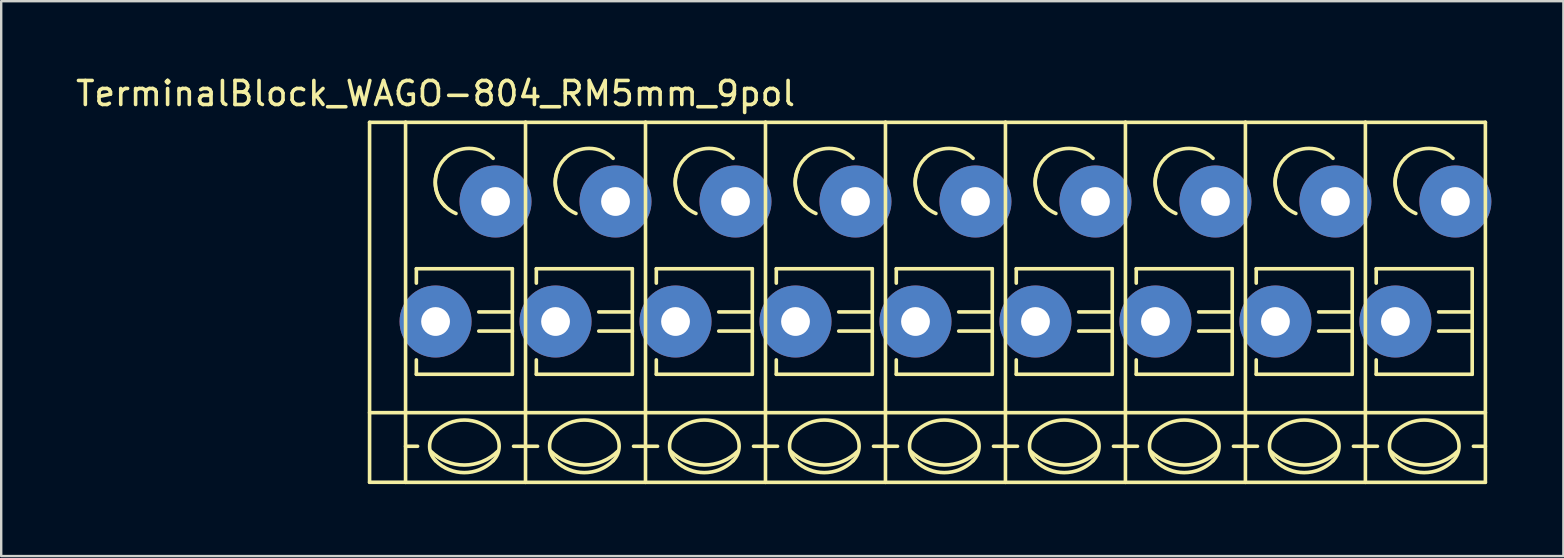
<source format=kicad_pcb>
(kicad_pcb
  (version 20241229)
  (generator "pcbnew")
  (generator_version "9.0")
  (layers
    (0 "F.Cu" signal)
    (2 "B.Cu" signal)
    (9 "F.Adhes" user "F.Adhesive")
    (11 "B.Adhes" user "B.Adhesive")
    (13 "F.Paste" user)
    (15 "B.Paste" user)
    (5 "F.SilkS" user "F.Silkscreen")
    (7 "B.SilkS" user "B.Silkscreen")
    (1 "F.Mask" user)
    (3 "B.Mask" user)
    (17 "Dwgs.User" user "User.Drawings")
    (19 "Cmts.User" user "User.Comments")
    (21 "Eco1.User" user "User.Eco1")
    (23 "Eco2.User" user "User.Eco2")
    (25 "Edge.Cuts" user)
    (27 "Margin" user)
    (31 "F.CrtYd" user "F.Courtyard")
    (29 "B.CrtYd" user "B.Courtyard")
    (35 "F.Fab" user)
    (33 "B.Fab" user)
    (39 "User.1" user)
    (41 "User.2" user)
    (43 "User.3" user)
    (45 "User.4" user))
  (footprint "TerminalBlock_WAGO-804_RM5mm_9pol"
    (layer "F.Cu")
    (at 15.101 10.348)
    (property "Reference" "TerminalBlock_WAGO-804_RM5mm_9pol" (at 0 -9.5 0) (layer "F.SilkS") (effects (font (size 1 1) (thickness 0.15))))
    (attr through_hole)
    (fp_line (start -2.75 -8.3) (end -1.25 -8.3) (stroke (width 0.15) (type solid)) (layer "F.SilkS"))
    (fp_line (start -2.75 6.7) (end -2.75 -8.3) (stroke (width 0.15) (type solid)) (layer "F.SilkS"))
    (fp_line (start -1.25 6.7) (end -2.75 6.7) (stroke (width 0.15) (type solid)) (layer "F.SilkS"))
    (fp_line (start -1.25 5.199) (end -0.749 5.199) (stroke (width 0.15) (type solid)) (layer "F.SilkS"))
    (fp_line (start -1.25 6.701) (end -1.25 -8.301) (stroke (width 0.15) (type solid)) (layer "F.SilkS"))
    (fp_line (start -0.8 -2.2) (end -0.8 -1.6) (stroke (width 0.15) (type solid)) (layer "F.SilkS"))
    (fp_line (start -0.8 -2.2) (end 3.2 -2.2) (stroke (width 0.15) (type solid)) (layer "F.SilkS"))
    (fp_line (start -0.8 2.2) (end -0.8 1.6) (stroke (width 0.15) (type solid)) (layer "F.SilkS"))
    (fp_line (start 3.2 -2.2) (end 3.2 2.2) (stroke (width 0.15) (type solid)) (layer "F.SilkS"))
    (fp_line (start 3.2 -0.399) (end 1.801 -0.399) (stroke (width 0.15) (type solid)) (layer "F.SilkS"))
    (fp_line (start 3.2 0.399) (end 1.801 0.399) (stroke (width 0.15) (type solid)) (layer "F.SilkS"))
    (fp_line (start 3.2 2.2) (end -0.8 2.2) (stroke (width 0.15) (type solid)) (layer "F.SilkS"))
    (fp_line (start 3.749 -8.301) (end -1.25 -8.301) (stroke (width 0.15) (type solid)) (layer "F.SilkS"))
    (fp_line (start 3.749 -8.301) (end 3.749 6.701) (stroke (width 0.15) (type solid)) (layer "F.SilkS"))
    (fp_line (start 3.749 5.199) (end 3.251 5.199) (stroke (width 0.15) (type solid)) (layer "F.SilkS"))
    (fp_line (start 3.749 6.701) (end -1.25 6.701) (stroke (width 0.15) (type solid)) (layer "F.SilkS"))
    (fp_line (start 3.75 3.8) (end -2.75 3.8) (stroke (width 0.15) (type solid)) (layer "F.SilkS"))
    (fp_line (start 3.75 3.8) (end 8.75 3.8) (stroke (width 0.15) (type solid)) (layer "F.SilkS"))
    (fp_line (start 3.75 5.199) (end 4.251 5.199) (stroke (width 0.15) (type solid)) (layer "F.SilkS"))
    (fp_line (start 4.2 -2.2) (end 4.2 -1.6) (stroke (width 0.15) (type solid)) (layer "F.SilkS"))
    (fp_line (start 4.2 -2.2) (end 8.2 -2.2) (stroke (width 0.15) (type solid)) (layer "F.SilkS"))
    (fp_line (start 4.2 2.2) (end 4.2 1.6) (stroke (width 0.15) (type solid)) (layer "F.SilkS"))
    (fp_line (start 8.2 -2.2) (end 8.2 2.2) (stroke (width 0.15) (type solid)) (layer "F.SilkS"))
    (fp_line (start 8.2 -0.399) (end 6.801 -0.399) (stroke (width 0.15) (type solid)) (layer "F.SilkS"))
    (fp_line (start 8.2 0.399) (end 6.801 0.399) (stroke (width 0.15) (type solid)) (layer "F.SilkS"))
    (fp_line (start 8.2 2.2) (end 4.2 2.2) (stroke (width 0.15) (type solid)) (layer "F.SilkS"))
    (fp_line (start 8.749 -8.301) (end 3.75 -8.301) (stroke (width 0.15) (type solid)) (layer "F.SilkS"))
    (fp_line (start 8.749 -8.301) (end 8.749 6.701) (stroke (width 0.15) (type solid)) (layer "F.SilkS"))
    (fp_line (start 8.749 5.199) (end 8.251 5.199) (stroke (width 0.15) (type solid)) (layer "F.SilkS"))
    (fp_line (start 8.749 6.701) (end 3.75 6.701) (stroke (width 0.15) (type solid)) (layer "F.SilkS"))
    (fp_line (start 8.75 3.8) (end 13.75 3.8) (stroke (width 0.15) (type solid)) (layer "F.SilkS"))
    (fp_line (start 8.75 5.199) (end 9.251 5.199) (stroke (width 0.15) (type solid)) (layer "F.SilkS"))
    (fp_line (start 9.2 -2.2) (end 9.2 -1.6) (stroke (width 0.15) (type solid)) (layer "F.SilkS"))
    (fp_line (start 9.2 -2.2) (end 13.2 -2.2) (stroke (width 0.15) (type solid)) (layer "F.SilkS"))
    (fp_line (start 9.2 2.2) (end 9.2 1.6) (stroke (width 0.15) (type solid)) (layer "F.SilkS"))
    (fp_line (start 13.2 -2.2) (end 13.2 2.2) (stroke (width 0.15) (type solid)) (layer "F.SilkS"))
    (fp_line (start 13.2 -0.399) (end 11.801 -0.399) (stroke (width 0.15) (type solid)) (layer "F.SilkS"))
    (fp_line (start 13.2 0.399) (end 11.801 0.399) (stroke (width 0.15) (type solid)) (layer "F.SilkS"))
    (fp_line (start 13.2 2.2) (end 9.2 2.2) (stroke (width 0.15) (type solid)) (layer "F.SilkS"))
    (fp_line (start 13.749 -8.301) (end 8.75 -8.301) (stroke (width 0.15) (type solid)) (layer "F.SilkS"))
    (fp_line (start 13.749 -8.301) (end 13.749 6.701) (stroke (width 0.15) (type solid)) (layer "F.SilkS"))
    (fp_line (start 13.749 5.199) (end 13.251 5.199) (stroke (width 0.15) (type solid)) (layer "F.SilkS"))
    (fp_line (start 13.749 6.701) (end 8.75 6.701) (stroke (width 0.15) (type solid)) (layer "F.SilkS"))
    (fp_line (start 13.75 3.8) (end 18.75 3.8) (stroke (width 0.15) (type solid)) (layer "F.SilkS"))
    (fp_line (start 13.75 5.199) (end 14.251 5.199) (stroke (width 0.15) (type solid)) (layer "F.SilkS"))
    (fp_line (start 14.2 -2.2) (end 14.2 -1.6) (stroke (width 0.15) (type solid)) (layer "F.SilkS"))
    (fp_line (start 14.2 -2.2) (end 18.2 -2.2) (stroke (width 0.15) (type solid)) (layer "F.SilkS"))
    (fp_line (start 14.2 2.2) (end 14.2 1.6) (stroke (width 0.15) (type solid)) (layer "F.SilkS"))
    (fp_line (start 18.2 -2.2) (end 18.2 2.2) (stroke (width 0.15) (type solid)) (layer "F.SilkS"))
    (fp_line (start 18.2 -0.399) (end 16.801 -0.399) (stroke (width 0.15) (type solid)) (layer "F.SilkS"))
    (fp_line (start 18.2 0.399) (end 16.801 0.399) (stroke (width 0.15) (type solid)) (layer "F.SilkS"))
    (fp_line (start 18.2 2.2) (end 14.2 2.2) (stroke (width 0.15) (type solid)) (layer "F.SilkS"))
    (fp_line (start 18.749 -8.301) (end 13.75 -8.301) (stroke (width 0.15) (type solid)) (layer "F.SilkS"))
    (fp_line (start 18.749 -8.301) (end 18.749 6.701) (stroke (width 0.15) (type solid)) (layer "F.SilkS"))
    (fp_line (start 18.749 5.199) (end 18.251 5.199) (stroke (width 0.15) (type solid)) (layer "F.SilkS"))
    (fp_line (start 18.749 6.701) (end 13.75 6.701) (stroke (width 0.15) (type solid)) (layer "F.SilkS"))
    (fp_line (start 18.75 3.8) (end 23.75 3.8) (stroke (width 0.15) (type solid)) (layer "F.SilkS"))
    (fp_line (start 18.75 5.199) (end 19.251 5.199) (stroke (width 0.15) (type solid)) (layer "F.SilkS"))
    (fp_line (start 19.2 -2.2) (end 19.2 -1.6) (stroke (width 0.15) (type solid)) (layer "F.SilkS"))
    (fp_line (start 19.2 -2.2) (end 23.2 -2.2) (stroke (width 0.15) (type solid)) (layer "F.SilkS"))
    (fp_line (start 19.2 2.2) (end 19.2 1.6) (stroke (width 0.15) (type solid)) (layer "F.SilkS"))
    (fp_line (start 23.2 -2.2) (end 23.2 2.2) (stroke (width 0.15) (type solid)) (layer "F.SilkS"))
    (fp_line (start 23.2 -0.399) (end 21.801 -0.399) (stroke (width 0.15) (type solid)) (layer "F.SilkS"))
    (fp_line (start 23.2 0.399) (end 21.801 0.399) (stroke (width 0.15) (type solid)) (layer "F.SilkS"))
    (fp_line (start 23.2 2.2) (end 19.2 2.2) (stroke (width 0.15) (type solid)) (layer "F.SilkS"))
    (fp_line (start 23.749 -8.301) (end 18.75 -8.301) (stroke (width 0.15) (type solid)) (layer "F.SilkS"))
    (fp_line (start 23.749 -8.301) (end 23.749 6.701) (stroke (width 0.15) (type solid)) (layer "F.SilkS"))
    (fp_line (start 23.749 5.199) (end 23.251 5.199) (stroke (width 0.15) (type solid)) (layer "F.SilkS"))
    (fp_line (start 23.749 6.701) (end 18.75 6.701) (stroke (width 0.15) (type solid)) (layer "F.SilkS"))
    (fp_line (start 23.75 3.8) (end 28.75 3.8) (stroke (width 0.15) (type solid)) (layer "F.SilkS"))
    (fp_line (start 23.75 5.199) (end 24.251 5.199) (stroke (width 0.15) (type solid)) (layer "F.SilkS"))
    (fp_line (start 24.2 -2.2) (end 24.2 -1.6) (stroke (width 0.15) (type solid)) (layer "F.SilkS"))
    (fp_line (start 24.2 -2.2) (end 28.2 -2.2) (stroke (width 0.15) (type solid)) (layer "F.SilkS"))
    (fp_line (start 24.2 2.2) (end 24.2 1.6) (stroke (width 0.15) (type solid)) (layer "F.SilkS"))
    (fp_line (start 28.2 -2.2) (end 28.2 2.2) (stroke (width 0.15) (type solid)) (layer "F.SilkS"))
    (fp_line (start 28.2 -0.399) (end 26.801 -0.399) (stroke (width 0.15) (type solid)) (layer "F.SilkS"))
    (fp_line (start 28.2 0.399) (end 26.801 0.399) (stroke (width 0.15) (type solid)) (layer "F.SilkS"))
    (fp_line (start 28.2 2.2) (end 24.2 2.2) (stroke (width 0.15) (type solid)) (layer "F.SilkS"))
    (fp_line (start 28.749 -8.301) (end 23.75 -8.301) (stroke (width 0.15) (type solid)) (layer "F.SilkS"))
    (fp_line (start 28.749 -8.301) (end 28.749 6.701) (stroke (width 0.15) (type solid)) (layer "F.SilkS"))
    (fp_line (start 28.749 5.199) (end 28.251 5.199) (stroke (width 0.15) (type solid)) (layer "F.SilkS"))
    (fp_line (start 28.749 6.701) (end 23.75 6.701) (stroke (width 0.15) (type solid)) (layer "F.SilkS"))
    (fp_line (start 28.75 3.8) (end 33.75 3.8) (stroke (width 0.15) (type solid)) (layer "F.SilkS"))
    (fp_line (start 28.75 5.199) (end 29.251 5.199) (stroke (width 0.15) (type solid)) (layer "F.SilkS"))
    (fp_line (start 29.2 -2.2) (end 29.2 -1.6) (stroke (width 0.15) (type solid)) (layer "F.SilkS"))
    (fp_line (start 29.2 -2.2) (end 33.2 -2.2) (stroke (width 0.15) (type solid)) (layer "F.SilkS"))
    (fp_line (start 29.2 2.2) (end 29.2 1.6) (stroke (width 0.15) (type solid)) (layer "F.SilkS"))
    (fp_line (start 33.2 -2.2) (end 33.2 2.2) (stroke (width 0.15) (type solid)) (layer "F.SilkS"))
    (fp_line (start 33.2 -0.399) (end 31.801 -0.399) (stroke (width 0.15) (type solid)) (layer "F.SilkS"))
    (fp_line (start 33.2 0.399) (end 31.801 0.399) (stroke (width 0.15) (type solid)) (layer "F.SilkS"))
    (fp_line (start 33.2 2.2) (end 29.2 2.2) (stroke (width 0.15) (type solid)) (layer "F.SilkS"))
    (fp_line (start 33.749 -8.301) (end 28.75 -8.301) (stroke (width 0.15) (type solid)) (layer "F.SilkS"))
    (fp_line (start 33.749 -8.301) (end 33.749 6.701) (stroke (width 0.15) (type solid)) (layer "F.SilkS"))
    (fp_line (start 33.749 5.199) (end 33.251 5.199) (stroke (width 0.15) (type solid)) (layer "F.SilkS"))
    (fp_line (start 33.749 6.701) (end 28.75 6.701) (stroke (width 0.15) (type solid)) (layer "F.SilkS"))
    (fp_line (start 33.75 3.8) (end 38.75 3.8) (stroke (width 0.15) (type solid)) (layer "F.SilkS"))
    (fp_line (start 33.75 5.199) (end 34.251 5.199) (stroke (width 0.15) (type solid)) (layer "F.SilkS"))
    (fp_line (start 34.2 -2.2) (end 34.2 -1.6) (stroke (width 0.15) (type solid)) (layer "F.SilkS"))
    (fp_line (start 34.2 -2.2) (end 38.2 -2.2) (stroke (width 0.15) (type solid)) (layer "F.SilkS"))
    (fp_line (start 34.2 2.2) (end 34.2 1.6) (stroke (width 0.15) (type solid)) (layer "F.SilkS"))
    (fp_line (start 38.2 -2.2) (end 38.2 2.2) (stroke (width 0.15) (type solid)) (layer "F.SilkS"))
    (fp_line (start 38.2 -0.399) (end 36.801 -0.399) (stroke (width 0.15) (type solid)) (layer "F.SilkS"))
    (fp_line (start 38.2 0.399) (end 36.801 0.399) (stroke (width 0.15) (type solid)) (layer "F.SilkS"))
    (fp_line (start 38.2 2.2) (end 34.2 2.2) (stroke (width 0.15) (type solid)) (layer "F.SilkS"))
    (fp_line (start 38.749 -8.301) (end 33.75 -8.301) (stroke (width 0.15) (type solid)) (layer "F.SilkS"))
    (fp_line (start 38.749 -8.301) (end 38.749 6.701) (stroke (width 0.15) (type solid)) (layer "F.SilkS"))
    (fp_line (start 38.749 5.199) (end 38.251 5.199) (stroke (width 0.15) (type solid)) (layer "F.SilkS"))
    (fp_line (start 38.749 6.701) (end 33.75 6.701) (stroke (width 0.15) (type solid)) (layer "F.SilkS"))
    (fp_line (start 38.75 3.8) (end 43.75 3.8) (stroke (width 0.15) (type solid)) (layer "F.SilkS"))
    (fp_line (start 38.75 5.199) (end 39.251 5.199) (stroke (width 0.15) (type solid)) (layer "F.SilkS"))
    (fp_line (start 39.2 -2.2) (end 39.2 -1.6) (stroke (width 0.15) (type solid)) (layer "F.SilkS"))
    (fp_line (start 39.2 -2.2) (end 43.2 -2.2) (stroke (width 0.15) (type solid)) (layer "F.SilkS"))
    (fp_line (start 39.2 2.2) (end 39.2 1.6) (stroke (width 0.15) (type solid)) (layer "F.SilkS"))
    (fp_line (start 43.2 -2.2) (end 43.2 2.2) (stroke (width 0.15) (type solid)) (layer "F.SilkS"))
    (fp_line (start 43.2 -0.399) (end 41.801 -0.399) (stroke (width 0.15) (type solid)) (layer "F.SilkS"))
    (fp_line (start 43.2 0.399) (end 41.801 0.399) (stroke (width 0.15) (type solid)) (layer "F.SilkS"))
    (fp_line (start 43.2 2.2) (end 39.2 2.2) (stroke (width 0.15) (type solid)) (layer "F.SilkS"))
    (fp_line (start 43.749 -8.301) (end 38.75 -8.301) (stroke (width 0.15) (type solid)) (layer "F.SilkS"))
    (fp_line (start 43.749 -8.301) (end 43.749 6.701) (stroke (width 0.15) (type solid)) (layer "F.SilkS"))
    (fp_line (start 43.749 5.199) (end 43.251 5.199) (stroke (width 0.15) (type solid)) (layer "F.SilkS"))
    (fp_line (start 43.749 6.701) (end 38.75 6.701) (stroke (width 0.15) (type solid)) (layer "F.SilkS"))
    (fp_arc (start 0 4.60248) (mid 1.19888 4.105888) (end 2.39776 4.60248) (stroke (width 0.15) (type solid)) (layer "F.SilkS"))
    (fp_arc (start 0 5.79882) (mid -0.248296 5.19938) (end 0 4.59994) (stroke (width 0.15) (type solid)) (layer "F.SilkS"))
    (fp_arc (start 0.39878 -6.79958) (mid 1.39954 -7.214108) (end 2.4003 -6.79958) (stroke (width 0.15) (type solid)) (layer "F.SilkS"))
    (fp_arc (start 0.39878 -4.8006) (mid -0.013952 -5.800616) (end 0.40132 -6.79958) (stroke (width 0.15) (type solid)) (layer "F.SilkS"))
    (fp_arc (start 0.8509 -4.50088) (mid 0.093811 -5.268985) (end 0.1016 -6.34746) (stroke (width 0.15) (type solid)) (layer "F.SilkS"))
    (fp_arc (start 2.4003 5.79882) (mid 1.200676 6.297208) (end 0 5.80136) (stroke (width 0.15) (type solid)) (layer "F.SilkS"))
    (fp_arc (start 2.40284 4.59994) (mid 2.650392 5.201176) (end 2.4003 5.80136) (stroke (width 0.15) (type solid)) (layer "F.SilkS"))
    (fp_arc (start 2.60096 5.40004) (mid 1.200676 5.981545) (end -0.20066 5.40258) (stroke (width 0.15) (type solid)) (layer "F.SilkS"))
    (fp_arc (start 5 4.60248) (mid 6.19888 4.105888) (end 7.39776 4.60248) (stroke (width 0.15) (type solid)) (layer "F.SilkS"))
    (fp_arc (start 5 5.79882) (mid 4.751704 5.19938) (end 5 4.59994) (stroke (width 0.15) (type solid)) (layer "F.SilkS"))
    (fp_arc (start 5.39878 -6.79958) (mid 6.39954 -7.214108) (end 7.4003 -6.79958) (stroke (width 0.15) (type solid)) (layer "F.SilkS"))
    (fp_arc (start 5.39878 -4.8006) (mid 4.986048 -5.800616) (end 5.40132 -6.79958) (stroke (width 0.15) (type solid)) (layer "F.SilkS"))
    (fp_arc (start 5.8509 -4.50088) (mid 5.093811 -5.268985) (end 5.1016 -6.34746) (stroke (width 0.15) (type solid)) (layer "F.SilkS"))
    (fp_arc (start 7.4003 5.79882) (mid 6.200676 6.297208) (end 5 5.80136) (stroke (width 0.15) (type solid)) (layer "F.SilkS"))
    (fp_arc (start 7.40284 4.59994) (mid 7.650392 5.201176) (end 7.4003 5.80136) (stroke (width 0.15) (type solid)) (layer "F.SilkS"))
    (fp_arc (start 7.60096 5.40004) (mid 6.200676 5.981545) (end 4.79934 5.40258) (stroke (width 0.15) (type solid)) (layer "F.SilkS"))
    (fp_arc (start 10 4.60248) (mid 11.19888 4.105888) (end 12.39776 4.60248) (stroke (width 0.15) (type solid)) (layer "F.SilkS"))
    (fp_arc (start 10 5.79882) (mid 9.751704 5.19938) (end 10 4.59994) (stroke (width 0.15) (type solid)) (layer "F.SilkS"))
    (fp_arc (start 10.39878 -6.79958) (mid 11.39954 -7.214108) (end 12.4003 -6.79958) (stroke (width 0.15) (type solid)) (layer "F.SilkS"))
    (fp_arc (start 10.39878 -4.8006) (mid 9.986048 -5.800616) (end 10.40132 -6.79958) (stroke (width 0.15) (type solid)) (layer "F.SilkS"))
    (fp_arc (start 10.8509 -4.50088) (mid 10.093811 -5.268985) (end 10.1016 -6.34746) (stroke (width 0.15) (type solid)) (layer "F.SilkS"))
    (fp_arc (start 12.4003 5.79882) (mid 11.200676 6.297208) (end 10 5.80136) (stroke (width 0.15) (type solid)) (layer "F.SilkS"))
    (fp_arc (start 12.40284 4.59994) (mid 12.650392 5.201176) (end 12.4003 5.80136) (stroke (width 0.15) (type solid)) (layer "F.SilkS"))
    (fp_arc (start 12.60096 5.40004) (mid 11.200676 5.981545) (end 9.79934 5.40258) (stroke (width 0.15) (type solid)) (layer "F.SilkS"))
    (fp_arc (start 15 4.60248) (mid 16.19888 4.105888) (end 17.39776 4.60248) (stroke (width 0.15) (type solid)) (layer "F.SilkS"))
    (fp_arc (start 15 5.79882) (mid 14.751704 5.19938) (end 15 4.59994) (stroke (width 0.15) (type solid)) (layer "F.SilkS"))
    (fp_arc (start 15.39878 -6.79958) (mid 16.39954 -7.214108) (end 17.4003 -6.79958) (stroke (width 0.15) (type solid)) (layer "F.SilkS"))
    (fp_arc (start 15.39878 -4.8006) (mid 14.986048 -5.800616) (end 15.40132 -6.79958) (stroke (width 0.15) (type solid)) (layer "F.SilkS"))
    (fp_arc (start 15.8509 -4.50088) (mid 15.093811 -5.268985) (end 15.1016 -6.34746) (stroke (width 0.15) (type solid)) (layer "F.SilkS"))
    (fp_arc (start 17.4003 5.79882) (mid 16.200676 6.297208) (end 15 5.80136) (stroke (width 0.15) (type solid)) (layer "F.SilkS"))
    (fp_arc (start 17.40284 4.59994) (mid 17.650392 5.201176) (end 17.4003 5.80136) (stroke (width 0.15) (type solid)) (layer "F.SilkS"))
    (fp_arc (start 17.60096 5.40004) (mid 16.200676 5.981545) (end 14.79934 5.40258) (stroke (width 0.15) (type solid)) (layer "F.SilkS"))
    (fp_arc (start 20 4.60248) (mid 21.19888 4.105888) (end 22.39776 4.60248) (stroke (width 0.15) (type solid)) (layer "F.SilkS"))
    (fp_arc (start 20 5.79882) (mid 19.751704 5.19938) (end 20 4.59994) (stroke (width 0.15) (type solid)) (layer "F.SilkS"))
    (fp_arc (start 20.39878 -6.79958) (mid 21.39954 -7.214108) (end 22.4003 -6.79958) (stroke (width 0.15) (type solid)) (layer "F.SilkS"))
    (fp_arc (start 20.39878 -4.8006) (mid 19.986048 -5.800616) (end 20.40132 -6.79958) (stroke (width 0.15) (type solid)) (layer "F.SilkS"))
    (fp_arc (start 20.8509 -4.50088) (mid 20.093811 -5.268985) (end 20.1016 -6.34746) (stroke (width 0.15) (type solid)) (layer "F.SilkS"))
    (fp_arc (start 22.4003 5.79882) (mid 21.200676 6.297208) (end 20 5.80136) (stroke (width 0.15) (type solid)) (layer "F.SilkS"))
    (fp_arc (start 22.40284 4.59994) (mid 22.650392 5.201176) (end 22.4003 5.80136) (stroke (width 0.15) (type solid)) (layer "F.SilkS"))
    (fp_arc (start 22.60096 5.40004) (mid 21.200676 5.981545) (end 19.79934 5.40258) (stroke (width 0.15) (type solid)) (layer "F.SilkS"))
    (fp_arc (start 25 4.60248) (mid 26.19888 4.105888) (end 27.39776 4.60248) (stroke (width 0.15) (type solid)) (layer "F.SilkS"))
    (fp_arc (start 25 5.79882) (mid 24.751704 5.19938) (end 25 4.59994) (stroke (width 0.15) (type solid)) (layer "F.SilkS"))
    (fp_arc (start 25.39878 -6.79958) (mid 26.39954 -7.214108) (end 27.4003 -6.79958) (stroke (width 0.15) (type solid)) (layer "F.SilkS"))
    (fp_arc (start 25.39878 -4.8006) (mid 24.986048 -5.800616) (end 25.40132 -6.79958) (stroke (width 0.15) (type solid)) (layer "F.SilkS"))
    (fp_arc (start 25.8509 -4.50088) (mid 25.093811 -5.268985) (end 25.1016 -6.34746) (stroke (width 0.15) (type solid)) (layer "F.SilkS"))
    (fp_arc (start 27.4003 5.79882) (mid 26.200676 6.297208) (end 25 5.80136) (stroke (width 0.15) (type solid)) (layer "F.SilkS"))
    (fp_arc (start 27.40284 4.59994) (mid 27.650392 5.201176) (end 27.4003 5.80136) (stroke (width 0.15) (type solid)) (layer "F.SilkS"))
    (fp_arc (start 27.60096 5.40004) (mid 26.200676 5.981545) (end 24.79934 5.40258) (stroke (width 0.15) (type solid)) (layer "F.SilkS"))
    (fp_arc (start 30 4.60248) (mid 31.19888 4.105888) (end 32.39776 4.60248) (stroke (width 0.15) (type solid)) (layer "F.SilkS"))
    (fp_arc (start 30 5.79882) (mid 29.751704 5.19938) (end 30 4.59994) (stroke (width 0.15) (type solid)) (layer "F.SilkS"))
    (fp_arc (start 30.39878 -6.79958) (mid 31.39954 -7.214108) (end 32.4003 -6.79958) (stroke (width 0.15) (type solid)) (layer "F.SilkS"))
    (fp_arc (start 30.39878 -4.8006) (mid 29.986048 -5.800616) (end 30.40132 -6.79958) (stroke (width 0.15) (type solid)) (layer "F.SilkS"))
    (fp_arc (start 30.8509 -4.50088) (mid 30.093811 -5.268985) (end 30.1016 -6.34746) (stroke (width 0.15) (type solid)) (layer "F.SilkS"))
    (fp_arc (start 32.4003 5.79882) (mid 31.200676 6.297208) (end 30 5.80136) (stroke (width 0.15) (type solid)) (layer "F.SilkS"))
    (fp_arc (start 32.40284 4.59994) (mid 32.650392 5.201176) (end 32.4003 5.80136) (stroke (width 0.15) (type solid)) (layer "F.SilkS"))
    (fp_arc (start 32.60096 5.40004) (mid 31.200676 5.981545) (end 29.79934 5.40258) (stroke (width 0.15) (type solid)) (layer "F.SilkS"))
    (fp_arc (start 35 4.60248) (mid 36.19888 4.105888) (end 37.39776 4.60248) (stroke (width 0.15) (type solid)) (layer "F.SilkS"))
    (fp_arc (start 35 5.79882) (mid 34.751704 5.19938) (end 35 4.59994) (stroke (width 0.15) (type solid)) (layer "F.SilkS"))
    (fp_arc (start 35.39878 -6.79958) (mid 36.39954 -7.214108) (end 37.4003 -6.79958) (stroke (width 0.15) (type solid)) (layer "F.SilkS"))
    (fp_arc (start 35.39878 -4.8006) (mid 34.986048 -5.800616) (end 35.40132 -6.79958) (stroke (width 0.15) (type solid)) (layer "F.SilkS"))
    (fp_arc (start 35.8509 -4.50088) (mid 35.093811 -5.268985) (end 35.1016 -6.34746) (stroke (width 0.15) (type solid)) (layer "F.SilkS"))
    (fp_arc (start 37.4003 5.79882) (mid 36.200676 6.297208) (end 35 5.80136) (stroke (width 0.15) (type solid)) (layer "F.SilkS"))
    (fp_arc (start 37.40284 4.59994) (mid 37.650392 5.201176) (end 37.4003 5.80136) (stroke (width 0.15) (type solid)) (layer "F.SilkS"))
    (fp_arc (start 37.60096 5.40004) (mid 36.200676 5.981545) (end 34.79934 5.40258) (stroke (width 0.15) (type solid)) (layer "F.SilkS"))
    (fp_arc (start 40 4.60248) (mid 41.19888 4.105888) (end 42.39776 4.60248) (stroke (width 0.15) (type solid)) (layer "F.SilkS"))
    (fp_arc (start 40 5.79882) (mid 39.751704 5.19938) (end 40 4.59994) (stroke (width 0.15) (type solid)) (layer "F.SilkS"))
    (fp_arc (start 40.39878 -6.79958) (mid 41.39954 -7.214108) (end 42.4003 -6.79958) (stroke (width 0.15) (type solid)) (layer "F.SilkS"))
    (fp_arc (start 40.39878 -4.8006) (mid 39.986048 -5.800616) (end 40.40132 -6.79958) (stroke (width 0.15) (type solid)) (layer "F.SilkS"))
    (fp_arc (start 40.8509 -4.50088) (mid 40.093811 -5.268985) (end 40.1016 -6.34746) (stroke (width 0.15) (type solid)) (layer "F.SilkS"))
    (fp_arc (start 42.4003 5.79882) (mid 41.200676 6.297208) (end 40 5.80136) (stroke (width 0.15) (type solid)) (layer "F.SilkS"))
    (fp_arc (start 42.40284 4.59994) (mid 42.650392 5.201176) (end 42.4003 5.80136) (stroke (width 0.15) (type solid)) (layer "F.SilkS"))
    (fp_arc (start 42.60096 5.40004) (mid 41.200676 5.981545) (end 39.79934 5.40258) (stroke (width 0.15) (type solid)) (layer "F.SilkS"))
    (pad "1" thru_hole circle (at 0 0) (size 3 3) (drill 1.2) (layers "*.Cu" "*.Mask"))
    (pad "1" thru_hole circle (at 2.499 -5.001) (size 3 3) (drill 1.2) (layers "*.Cu" "*.Mask"))
    (pad "2" thru_hole circle (at 5 0) (size 3 3) (drill 1.2) (layers "*.Cu" "*.Mask"))
    (pad "2" thru_hole circle (at 7.499 -5.001) (size 3 3) (drill 1.2) (layers "*.Cu" "*.Mask"))
    (pad "3" thru_hole circle (at 10 0) (size 3 3) (drill 1.2) (layers "*.Cu" "*.Mask"))
    (pad "3" thru_hole circle (at 12.499 -5.001) (size 3 3) (drill 1.2) (layers "*.Cu" "*.Mask"))
    (pad "4" thru_hole circle (at 15 0) (size 3 3) (drill 1.2) (layers "*.Cu" "*.Mask"))
    (pad "4" thru_hole circle (at 17.499 -5.001) (size 3 3) (drill 1.2) (layers "*.Cu" "*.Mask"))
    (pad "5" thru_hole circle (at 20 0) (size 3 3) (drill 1.2) (layers "*.Cu" "*.Mask"))
    (pad "5" thru_hole circle (at 22.499 -5.001) (size 3 3) (drill 1.2) (layers "*.Cu" "*.Mask"))
    (pad "6" thru_hole circle (at 25 0) (size 3 3) (drill 1.2) (layers "*.Cu" "*.Mask"))
    (pad "6" thru_hole circle (at 27.499 -5.001) (size 3 3) (drill 1.2) (layers "*.Cu" "*.Mask"))
    (pad "7" thru_hole circle (at 30 0) (size 3 3) (drill 1.2) (layers "*.Cu" "*.Mask"))
    (pad "7" thru_hole circle (at 32.499 -5.001) (size 3 3) (drill 1.2) (layers "*.Cu" "*.Mask"))
    (pad "8" thru_hole circle (at 35 0) (size 3 3) (drill 1.2) (layers "*.Cu" "*.Mask"))
    (pad "8" thru_hole circle (at 37.499 -5.001) (size 3 3) (drill 1.2) (layers "*.Cu" "*.Mask"))
    (pad "9" thru_hole circle (at 40 0) (size 3 3) (drill 1.2) (layers "*.Cu" "*.Mask"))
    (pad "9" thru_hole circle (at 42.499 -5.001) (size 3 3) (drill 1.2) (layers "*.Cu" "*.Mask")))
  (gr_rect
    (start -3 -3)
    (end 62.101 20.124)
    (stroke (width 0.1) (type default))
    (fill no)
    (layer "Edge.Cuts")))
</source>
